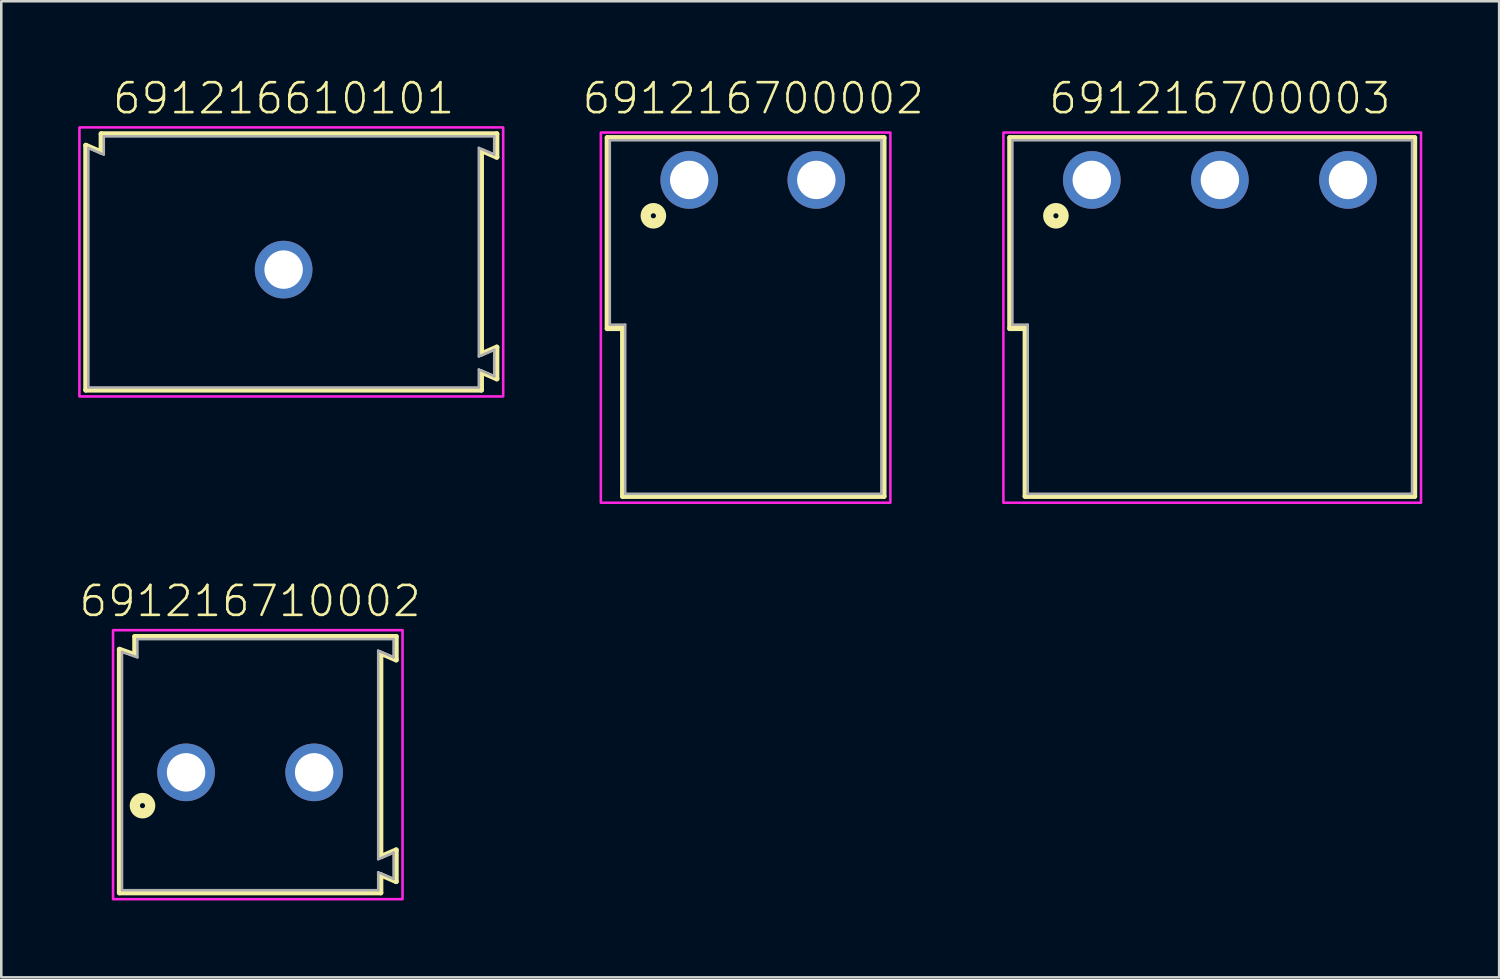
<source format=kicad_pcb>
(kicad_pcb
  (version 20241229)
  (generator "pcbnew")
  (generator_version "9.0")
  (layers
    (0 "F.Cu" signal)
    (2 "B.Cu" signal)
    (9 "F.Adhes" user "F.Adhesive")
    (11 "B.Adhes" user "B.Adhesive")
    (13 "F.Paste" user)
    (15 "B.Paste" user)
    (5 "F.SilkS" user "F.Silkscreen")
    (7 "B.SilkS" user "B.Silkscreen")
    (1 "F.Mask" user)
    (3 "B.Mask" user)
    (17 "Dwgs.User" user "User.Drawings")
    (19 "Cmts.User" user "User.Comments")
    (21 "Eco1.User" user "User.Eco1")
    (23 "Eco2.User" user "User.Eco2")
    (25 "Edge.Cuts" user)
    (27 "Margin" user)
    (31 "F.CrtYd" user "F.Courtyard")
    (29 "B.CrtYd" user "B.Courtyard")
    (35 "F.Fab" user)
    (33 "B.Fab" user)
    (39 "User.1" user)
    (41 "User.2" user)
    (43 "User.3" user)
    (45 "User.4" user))
  (footprint "691216710002"
    (layer "F.Cu")
    (at 6.712 27.096)
    (property "Reference" "691216710002" (at 0 -6 0) (unlocked yes) (layer "F.SilkS") (effects (font (size 1.168 1.168) (thickness 0.102)) (justify bottom)))
    (fp_line (start -5.1 -4.8) (end -4.5 -4.59) (stroke (width 0.2) (type solid)) (layer "F.SilkS"))
    (fp_line (start -5.1 4.7) (end -5.1 -4.8) (stroke (width 0.2) (type solid)) (layer "F.SilkS"))
    (fp_line (start -4.5 -5.3) (end 5.7 -5.3) (stroke (width 0.2) (type solid)) (layer "F.SilkS"))
    (fp_line (start -4.5 -4.59) (end -4.5 -5.3) (stroke (width 0.2) (type solid)) (layer "F.SilkS"))
    (fp_line (start 5.1 -4.65) (end 5.1 3.29) (stroke (width 0.2) (type solid)) (layer "F.SilkS"))
    (fp_line (start 5.1 3.29) (end 5.7 3.03) (stroke (width 0.2) (type solid)) (layer "F.SilkS"))
    (fp_line (start 5.1 4) (end 5.1 4.7) (stroke (width 0.2) (type solid)) (layer "F.SilkS"))
    (fp_line (start 5.1 4.7) (end -5.1 4.7) (stroke (width 0.2) (type solid)) (layer "F.SilkS"))
    (fp_line (start 5.7 -5.3) (end 5.7 -4.39) (stroke (width 0.2) (type solid)) (layer "F.SilkS"))
    (fp_line (start 5.7 -4.39) (end 5.1 -4.65) (stroke (width 0.2) (type solid)) (layer "F.SilkS"))
    (fp_line (start 5.7 3.03) (end 5.7 4.26) (stroke (width 0.2) (type solid)) (layer "F.SilkS"))
    (fp_line (start 5.7 4.26) (end 5.1 4) (stroke (width 0.2) (type solid)) (layer "F.SilkS"))
    (fp_circle (center -4.2 1.3) (end -4.1 1.3) (stroke (width 0.4) (type solid)) (fill no) (layer "F.SilkS"))
    (fp_poly (pts (xy 5.95 4.95) (xy -5.35 4.95) (xy -5.35 -5.55) (xy 5.95 -5.55)) (stroke (width 0.1) (type default)) (fill no) (layer "F.CrtYd"))
    (fp_line (start -5 -4.7) (end -5 4.6) (stroke (width 0.1) (type solid)) (layer "F.Fab"))
    (fp_line (start -5 -4.7) (end -4.4 -4.49) (stroke (width 0.1) (type solid)) (layer "F.Fab"))
    (fp_line (start -5 4.6) (end 5 4.6) (stroke (width 0.1) (type solid)) (layer "F.Fab"))
    (fp_line (start -4.4 -5.2) (end 5.6 -5.2) (stroke (width 0.1) (type solid)) (layer "F.Fab"))
    (fp_line (start -4.4 -4.49) (end -4.4 -5.2) (stroke (width 0.1) (type solid)) (layer "F.Fab"))
    (fp_line (start 5 -4.75) (end 5 3.39) (stroke (width 0.1) (type solid)) (layer "F.Fab"))
    (fp_line (start 5 -4.75) (end 5.6 -4.49) (stroke (width 0.1) (type solid)) (layer "F.Fab"))
    (fp_line (start 5 3.39) (end 5.6 3.13) (stroke (width 0.1) (type solid)) (layer "F.Fab"))
    (fp_line (start 5 3.9) (end 5 4.6) (stroke (width 0.1) (type solid)) (layer "F.Fab"))
    (fp_line (start 5 3.9) (end 5.6 4.16) (stroke (width 0.1) (type solid)) (layer "F.Fab"))
    (fp_line (start 5.6 -5.2) (end 5.6 -4.49) (stroke (width 0.1) (type solid)) (layer "F.Fab"))
    (fp_line (start 5.6 3.13) (end 5.6 4.16) (stroke (width 0.1) (type solid)) (layer "F.Fab"))
    (pad "1" thru_hole circle (at -2.5 0) (size 2.25 2.25) (drill 1.5) (layers "*.Cu" "*.Mask"))
    (pad "2" thru_hole circle (at 2.5 0) (size 2.25 2.25) (drill 1.5) (layers "*.Cu" "*.Mask")))
  (footprint "691216610101"
    (layer "F.Cu")
    (at 8.02 7.473)
    (property "Reference" "691216610101" (at 0 -6 0) (unlocked yes) (layer "F.SilkS") (effects (font (size 1.168 1.168) (thickness 0.102)) (justify bottom)))
    (fp_line (start -7.72 -4.85) (end -7.12 -4.59) (stroke (width 0.2) (type solid)) (layer "F.SilkS"))
    (fp_line (start -7.72 4.7) (end -7.72 -4.85) (stroke (width 0.2) (type solid)) (layer "F.SilkS"))
    (fp_line (start -7.12 -5.3) (end 8.32 -5.3) (stroke (width 0.2) (type solid)) (layer "F.SilkS"))
    (fp_line (start -7.12 -4.59) (end -7.12 -5.3) (stroke (width 0.2) (type solid)) (layer "F.SilkS"))
    (fp_line (start 7.72 -4.65) (end 7.72 3.29) (stroke (width 0.2) (type solid)) (layer "F.SilkS"))
    (fp_line (start 7.72 3.29) (end 8.32 3.028) (stroke (width 0.2) (type solid)) (layer "F.SilkS"))
    (fp_line (start 7.72 4) (end 7.72 4.7) (stroke (width 0.2) (type solid)) (layer "F.SilkS"))
    (fp_line (start 7.72 4.7) (end -7.72 4.7) (stroke (width 0.2) (type solid)) (layer "F.SilkS"))
    (fp_line (start 8.32 -5.3) (end 8.32 -4.39) (stroke (width 0.2) (type solid)) (layer "F.SilkS"))
    (fp_line (start 8.32 -4.39) (end 7.72 -4.65) (stroke (width 0.2) (type solid)) (layer "F.SilkS"))
    (fp_line (start 8.32 3.028) (end 8.32 4.262) (stroke (width 0.2) (type solid)) (layer "F.SilkS"))
    (fp_line (start 8.32 4.262) (end 7.72 4) (stroke (width 0.2) (type solid)) (layer "F.SilkS"))
    (fp_poly (pts (xy 8.57 4.95) (xy -7.97 4.95) (xy -7.97 -5.55) (xy 8.57 -5.55)) (stroke (width 0.1) (type default)) (fill no) (layer "F.CrtYd"))
    (fp_line (start -7.62 -4.75) (end -7.02 -4.49) (stroke (width 0.1) (type solid)) (layer "F.Fab"))
    (fp_line (start -7.62 4.6) (end -7.62 -4.75) (stroke (width 0.1) (type solid)) (layer "F.Fab"))
    (fp_line (start -7.02 -4.49) (end -7.02 -5.2) (stroke (width 0.1) (type solid)) (layer "F.Fab"))
    (fp_line (start 7.62 -4.75) (end 7.62 3.39) (stroke (width 0.1) (type solid)) (layer "F.Fab"))
    (fp_line (start 7.62 -4.75) (end 8.22 -4.49) (stroke (width 0.1) (type solid)) (layer "F.Fab"))
    (fp_line (start 7.62 3.39) (end 8.22 3.128) (stroke (width 0.1) (type solid)) (layer "F.Fab"))
    (fp_line (start 7.62 3.9) (end 7.62 4.6) (stroke (width 0.1) (type solid)) (layer "F.Fab"))
    (fp_line (start 7.62 3.9) (end 8.22 4.162) (stroke (width 0.1) (type solid)) (layer "F.Fab"))
    (fp_line (start 7.62 4.6) (end -7.62 4.6) (stroke (width 0.1) (type solid)) (layer "F.Fab"))
    (fp_line (start 8.22 -5.2) (end -7.02 -5.2) (stroke (width 0.1) (type solid)) (layer "F.Fab"))
    (fp_line (start 8.22 -5.2) (end 8.22 -4.49) (stroke (width 0.1) (type solid)) (layer "F.Fab"))
    (fp_line (start 8.22 3.128) (end 8.22 4.162) (stroke (width 0.1) (type solid)) (layer "F.Fab"))
    (pad "1" thru_hole circle (at 0 0 180) (size 2.25 2.25) (drill 1.5) (layers "*.Cu" "*.Mask")))
  (footprint "691216700003"
    (layer "F.Cu")
    (at 44.564 3.973)
    (property "Reference" "691216700003" (at 0 -2.5 0) (unlocked yes) (layer "F.SilkS") (effects (font (size 1.168 1.168) (thickness 0.102)) (justify bottom)))
    (fp_line (start -8.2 -1.65) (end 7.6 -1.65) (stroke (width 0.2) (type solid)) (layer "F.SilkS"))
    (fp_line (start -8.2 5.8) (end -8.2 -1.65) (stroke (width 0.2) (type solid)) (layer "F.SilkS"))
    (fp_line (start -7.6 5.8) (end -8.2 5.8) (stroke (width 0.2) (type solid)) (layer "F.SilkS"))
    (fp_line (start -7.6 12.35) (end -7.6 5.8) (stroke (width 0.2) (type solid)) (layer "F.SilkS"))
    (fp_line (start 7.6 -1.65) (end 7.6 12.35) (stroke (width 0.2) (type solid)) (layer "F.SilkS"))
    (fp_line (start 7.6 12.35) (end -7.6 12.35) (stroke (width 0.2) (type solid)) (layer "F.SilkS"))
    (fp_circle (center -6.4 1.4) (end -6.3 1.4) (stroke (width 0.4) (type solid)) (fill no) (layer "F.SilkS"))
    (fp_poly (pts (xy 7.85 12.6) (xy -8.45 12.6) (xy -8.45 -1.85) (xy 7.85 -1.85)) (stroke (width 0.1) (type default)) (fill no) (layer "F.CrtYd"))
    (fp_line (start -8.1 5.65) (end -8.1 -1.55) (stroke (width 0.1) (type solid)) (layer "F.Fab"))
    (fp_line (start -8.1 5.65) (end -7.5 5.65) (stroke (width 0.1) (type solid)) (layer "F.Fab"))
    (fp_line (start -7.5 12.25) (end -7.5 5.65) (stroke (width 0.1) (type solid)) (layer "F.Fab"))
    (fp_line (start 7.5 -1.55) (end -8.1 -1.55) (stroke (width 0.1) (type solid)) (layer "F.Fab"))
    (fp_line (start 7.5 12.25) (end -7.5 12.25) (stroke (width 0.1) (type solid)) (layer "F.Fab"))
    (fp_line (start 7.5 12.25) (end 7.5 -1.55) (stroke (width 0.1) (type solid)) (layer "F.Fab"))
    (pad "1" thru_hole circle (at -5 0 180) (size 2.25 2.25) (drill 1.5) (layers "*.Cu" "*.Mask"))
    (pad "2" thru_hole circle (at 0 0 180) (size 2.25 2.25) (drill 1.5) (layers "*.Cu" "*.Mask"))
    (pad "3" thru_hole circle (at 5 0 180) (size 2.25 2.25) (drill 1.5) (layers "*.Cu" "*.Mask")))
  (footprint "691216700002"
    (layer "F.Cu")
    (at 26.352 3.973)
    (property "Reference" "691216700002" (at 0 -2.5 0) (unlocked yes) (layer "F.SilkS") (effects (font (size 1.168 1.168) (thickness 0.102)) (justify bottom)))
    (fp_line (start -5.7 -1.65) (end 5.1 -1.65) (stroke (width 0.2) (type solid)) (layer "F.SilkS"))
    (fp_line (start -5.7 5.8) (end -5.7 -1.65) (stroke (width 0.2) (type solid)) (layer "F.SilkS"))
    (fp_line (start -5.1 5.8) (end -5.7 5.8) (stroke (width 0.2) (type solid)) (layer "F.SilkS"))
    (fp_line (start -5.1 12.35) (end -5.1 5.8) (stroke (width 0.2) (type solid)) (layer "F.SilkS"))
    (fp_line (start 5.1 -1.65) (end 5.1 12.35) (stroke (width 0.2) (type solid)) (layer "F.SilkS"))
    (fp_line (start 5.1 12.35) (end -5.1 12.35) (stroke (width 0.2) (type solid)) (layer "F.SilkS"))
    (fp_circle (center -3.9 1.4) (end -3.8 1.4) (stroke (width 0.4) (type solid)) (fill no) (layer "F.SilkS"))
    (fp_poly (pts (xy 5.35 12.6) (xy -5.95 12.6) (xy -5.95 -1.85) (xy 5.35 -1.85)) (stroke (width 0.1) (type default)) (fill no) (layer "F.CrtYd"))
    (fp_line (start -5.6 5.65) (end -5.6 -1.55) (stroke (width 0.1) (type solid)) (layer "F.Fab"))
    (fp_line (start -5.6 5.65) (end -5 5.65) (stroke (width 0.1) (type solid)) (layer "F.Fab"))
    (fp_line (start -5 12.25) (end -5 5.65) (stroke (width 0.1) (type solid)) (layer "F.Fab"))
    (fp_line (start 5 -1.55) (end -5.6 -1.55) (stroke (width 0.1) (type solid)) (layer "F.Fab"))
    (fp_line (start 5 12.25) (end -5 12.25) (stroke (width 0.1) (type solid)) (layer "F.Fab"))
    (fp_line (start 5 12.25) (end 5 -1.55) (stroke (width 0.1) (type solid)) (layer "F.Fab"))
    (pad "1" thru_hole circle (at -2.5 0 180) (size 2.25 2.25) (drill 1.5) (layers "*.Cu" "*.Mask"))
    (pad "2" thru_hole circle (at 2.46 0 180) (size 2.25 2.25) (drill 1.5) (layers "*.Cu" "*.Mask")))
  (gr_rect
    (start -3 -3)
    (end 55.464 35.096)
    (stroke (width 0.1) (type default))
    (fill no)
    (layer "Edge.Cuts")))
</source>
